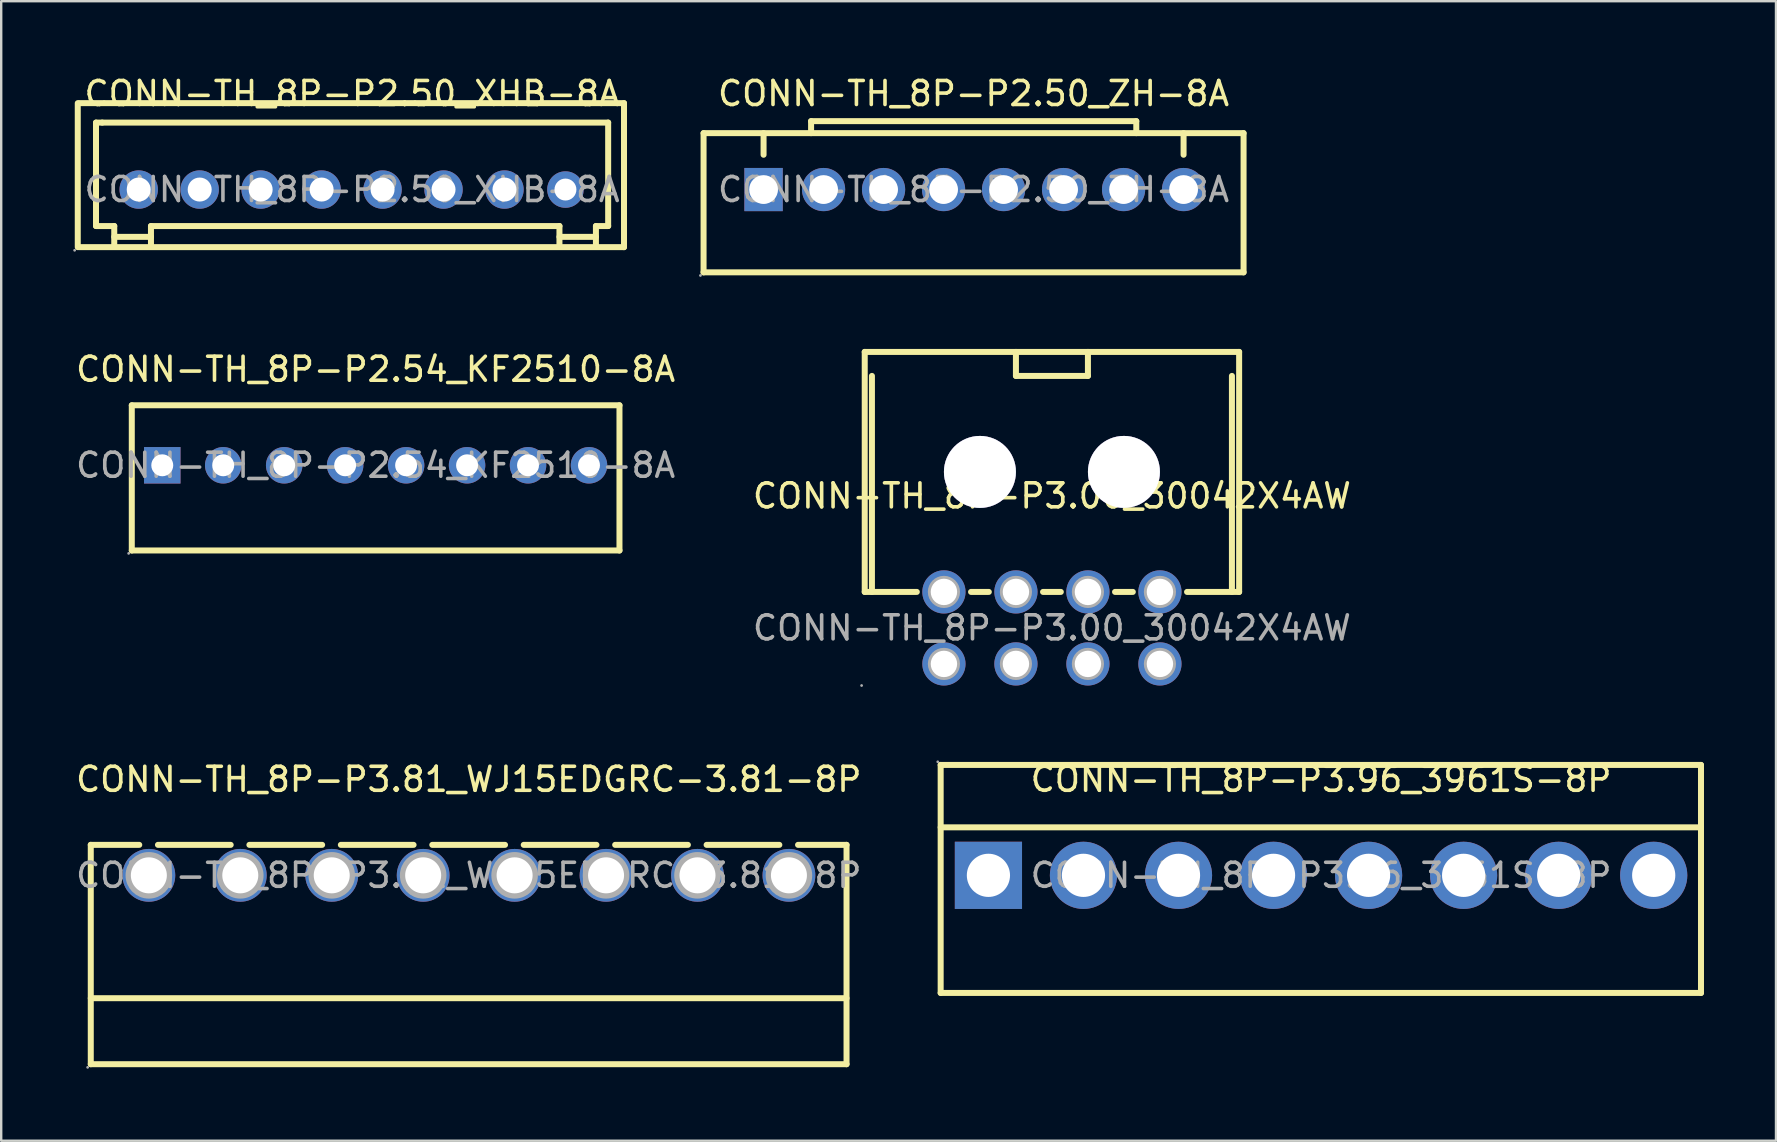
<source format=kicad_pcb>
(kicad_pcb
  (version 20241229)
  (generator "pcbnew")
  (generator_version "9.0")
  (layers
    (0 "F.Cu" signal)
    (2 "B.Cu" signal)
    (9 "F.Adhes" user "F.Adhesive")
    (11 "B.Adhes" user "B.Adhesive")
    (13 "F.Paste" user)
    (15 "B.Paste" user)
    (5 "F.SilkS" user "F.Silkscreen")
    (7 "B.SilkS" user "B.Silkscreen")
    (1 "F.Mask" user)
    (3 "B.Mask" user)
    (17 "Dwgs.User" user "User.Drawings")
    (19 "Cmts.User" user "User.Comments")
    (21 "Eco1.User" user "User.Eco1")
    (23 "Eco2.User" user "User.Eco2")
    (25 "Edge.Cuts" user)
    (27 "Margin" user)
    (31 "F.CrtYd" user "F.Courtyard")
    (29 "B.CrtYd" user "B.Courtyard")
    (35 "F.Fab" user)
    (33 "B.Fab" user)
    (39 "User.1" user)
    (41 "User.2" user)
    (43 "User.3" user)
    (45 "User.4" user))
  (footprint "CONN-TH_8P-P3.00_30042X4AW"
    (layer "F.Cu")
    (at 40.78 23.113)
    (property "Reference" "CONN-TH_8P-P3.00_30042X4AW" (at 0 -5.5 0) (layer "F.SilkS") (effects (font (size 1 1) (thickness 0.15))))
    (attr through_hole)
    (fp_line (start -7.8 -11.5) (end -7.8 -1.5) (stroke (width 0.25) (type solid)) (layer "F.SilkS"))
    (fp_line (start -7.8 -11.5) (end 7.8 -11.5) (stroke (width 0.25) (type solid)) (layer "F.SilkS"))
    (fp_line (start -7.8 -1.5) (end -5.63 -1.5) (stroke (width 0.25) (type solid)) (layer "F.SilkS"))
    (fp_line (start -7.5 -1.5) (end -7.5 -10.5) (stroke (width 0.25) (type solid)) (layer "F.SilkS"))
    (fp_line (start -3.37 -1.5) (end -2.63 -1.5) (stroke (width 0.25) (type solid)) (layer "F.SilkS"))
    (fp_line (start -1.5 -11.5) (end -1.5 -10.5) (stroke (width 0.25) (type solid)) (layer "F.SilkS"))
    (fp_line (start -1.5 -10.5) (end 1.5 -10.5) (stroke (width 0.25) (type solid)) (layer "F.SilkS"))
    (fp_line (start -0.37 -1.5) (end 0.37 -1.5) (stroke (width 0.25) (type solid)) (layer "F.SilkS"))
    (fp_line (start 1.5 -10.5) (end 1.5 -11.5) (stroke (width 0.25) (type solid)) (layer "F.SilkS"))
    (fp_line (start 2.63 -1.5) (end 3.37 -1.5) (stroke (width 0.25) (type solid)) (layer "F.SilkS"))
    (fp_line (start 5.63 -1.5) (end 7.8 -1.5) (stroke (width 0.25) (type solid)) (layer "F.SilkS"))
    (fp_line (start 7.5 -1.5) (end 7.5 -10.5) (stroke (width 0.25) (type solid)) (layer "F.SilkS"))
    (fp_line (start 7.8 -11.5) (end 7.8 -1.5) (stroke (width 0.25) (type solid)) (layer "F.SilkS"))
    (fp_circle (center -7.93 2.4) (end -7.9 2.4) (stroke (width 0.06) (type solid)) (fill no) (layer "F.Fab"))
    (fp_circle (center -4.5 -1.5) (end -4.28 -1.5) (stroke (width 0.45) (type solid)) (fill no) (layer "F.Fab"))
    (fp_circle (center -4.5 1.5) (end -4.28 1.5) (stroke (width 0.45) (type solid)) (fill no) (layer "F.Fab"))
    (fp_circle (center -3 -6.5) (end -2.3 -6.5) (stroke (width 1.4) (type solid)) (fill no) (layer "F.Fab"))
    (fp_circle (center -1.5 -1.5) (end -1.28 -1.5) (stroke (width 0.45) (type solid)) (fill no) (layer "F.Fab"))
    (fp_circle (center -1.5 1.5) (end -1.28 1.5) (stroke (width 0.45) (type solid)) (fill no) (layer "F.Fab"))
    (fp_circle (center 1.5 -1.5) (end 1.72 -1.5) (stroke (width 0.45) (type solid)) (fill no) (layer "F.Fab"))
    (fp_circle (center 1.5 1.5) (end 1.72 1.5) (stroke (width 0.45) (type solid)) (fill no) (layer "F.Fab"))
    (fp_circle (center 3 -6.5) (end 3.7 -6.5) (stroke (width 1.4) (type solid)) (fill no) (layer "F.Fab"))
    (fp_circle (center 4.5 -1.5) (end 4.72 -1.5) (stroke (width 0.45) (type solid)) (fill no) (layer "F.Fab"))
    (fp_circle (center 4.5 1.5) (end 4.72 1.5) (stroke (width 0.45) (type solid)) (fill no) (layer "F.Fab"))
    (fp_text user "${REFERENCE}" (at 0 0 0) (layer "F.Fab") (effects (font (size 1 1) (thickness 0.15))))
    (pad "" thru_hole circle (at -3 -6.5) (size 3 3) (drill 3) (layers "*.Cu" "*.Mask"))
    (pad "" thru_hole circle (at 3 -6.5) (size 3 3) (drill 3) (layers "*.Cu" "*.Mask"))
    (pad "1" thru_hole circle (at -4.5 1.5) (size 1.8 1.8) (drill 1.1) (layers "*.Cu" "*.Paste" "*.Mask"))
    (pad "2" thru_hole circle (at -4.5 -1.5) (size 1.8 1.8) (drill 1.1) (layers "*.Cu" "*.Paste" "*.Mask"))
    (pad "3" thru_hole circle (at -1.5 1.5) (size 1.8 1.8) (drill 1.1) (layers "*.Cu" "*.Paste" "*.Mask"))
    (pad "4" thru_hole circle (at -1.5 -1.5) (size 1.8 1.8) (drill 1.1) (layers "*.Cu" "*.Paste" "*.Mask"))
    (pad "5" thru_hole circle (at 1.5 1.5) (size 1.8 1.8) (drill 1.1) (layers "*.Cu" "*.Paste" "*.Mask"))
    (pad "6" thru_hole circle (at 1.5 -1.5) (size 1.8 1.8) (drill 1.1) (layers "*.Cu" "*.Paste" "*.Mask"))
    (pad "7" thru_hole circle (at 4.5 1.5) (size 1.8 1.8) (drill 1.1) (layers "*.Cu" "*.Paste" "*.Mask"))
    (pad "8" thru_hole circle (at 4.5 -1.5) (size 1.8 1.8) (drill 1.1) (layers "*.Cu" "*.Paste" "*.Mask")))
  (footprint "CONN-TH_8P-P2.50_XHB-8A"
    (layer "F.Cu")
    (at 11.62 4.848)
    (property "Reference" "CONN-TH_8P-P2.50_XHB-8A" (at 0 -4 0) (layer "F.SilkS") (effects (font (size 1 1) (thickness 0.15))))
    (attr through_hole)
    (fp_line (start -11.43 -3.6) (end -11.43 2.4) (stroke (width 0.25) (type solid)) (layer "F.SilkS"))
    (fp_line (start -11.37 -3.6) (end 11.33 -3.6) (stroke (width 0.25) (type solid)) (layer "F.SilkS"))
    (fp_line (start -11.37 2.4) (end 11.33 2.4) (stroke (width 0.25) (type solid)) (layer "F.SilkS"))
    (fp_line (start -10.67 -2.79) (end -10.41 -2.79) (stroke (width 0.25) (type solid)) (layer "F.SilkS"))
    (fp_line (start -10.67 1.52) (end -10.67 -2.79) (stroke (width 0.25) (type solid)) (layer "F.SilkS"))
    (fp_line (start -10.67 1.52) (end -9.91 1.52) (stroke (width 0.25) (type solid)) (layer "F.SilkS"))
    (fp_line (start -10.41 -2.79) (end 10.67 -2.79) (stroke (width 0.25) (type solid)) (layer "F.SilkS"))
    (fp_line (start -9.91 1.52) (end -9.91 2.29) (stroke (width 0.25) (type solid)) (layer "F.SilkS"))
    (fp_line (start -9.91 1.97) (end -8.38 1.97) (stroke (width 0.25) (type solid)) (layer "F.SilkS"))
    (fp_line (start -8.38 1.52) (end -8.38 2.29) (stroke (width 0.25) (type solid)) (layer "F.SilkS"))
    (fp_line (start -8.38 1.52) (end 8.64 1.52) (stroke (width 0.25) (type solid)) (layer "F.SilkS"))
    (fp_line (start 8.64 1.52) (end 8.64 2.29) (stroke (width 0.25) (type solid)) (layer "F.SilkS"))
    (fp_line (start 8.64 1.97) (end 10.16 1.97) (stroke (width 0.25) (type solid)) (layer "F.SilkS"))
    (fp_line (start 10.16 1.52) (end 10.16 2.29) (stroke (width 0.25) (type solid)) (layer "F.SilkS"))
    (fp_line (start 10.16 1.52) (end 10.67 1.52) (stroke (width 0.25) (type solid)) (layer "F.SilkS"))
    (fp_line (start 10.67 -2.79) (end 10.67 1.52) (stroke (width 0.25) (type solid)) (layer "F.SilkS"))
    (fp_line (start 11.33 -3.6) (end 11.33 2.4) (stroke (width 0.25) (type solid)) (layer "F.SilkS"))
    (fp_circle (center -11.56 2.53) (end -11.53 2.53) (stroke (width 0.06) (type solid)) (fill no) (layer "F.Fab"))
    (fp_circle (center -8.89 0) (end -8.69 0) (stroke (width 0.4) (type solid)) (fill no) (layer "F.Fab"))
    (fp_circle (center -6.35 0) (end -6.15 0) (stroke (width 0.4) (type solid)) (fill no) (layer "F.Fab"))
    (fp_circle (center -3.81 0) (end -3.61 0) (stroke (width 0.4) (type solid)) (fill no) (layer "F.Fab"))
    (fp_circle (center -1.27 0) (end -1.07 0) (stroke (width 0.4) (type solid)) (fill no) (layer "F.Fab"))
    (fp_circle (center 1.27 0) (end 1.47 0) (stroke (width 0.4) (type solid)) (fill no) (layer "F.Fab"))
    (fp_circle (center 3.81 0) (end 4.01 0) (stroke (width 0.4) (type solid)) (fill no) (layer "F.Fab"))
    (fp_circle (center 6.35 0) (end 6.55 0) (stroke (width 0.4) (type solid)) (fill no) (layer "F.Fab"))
    (fp_circle (center 8.89 0) (end 9.07 0) (stroke (width 0.36) (type solid)) (fill no) (layer "F.Fab"))
    (fp_text user "${REFERENCE}" (at 0 0 0) (layer "F.Fab") (effects (font (size 1 1) (thickness 0.15))))
    (pad "1" thru_hole circle (at -8.89 0) (size 1.6 1.6) (drill 1) (layers "*.Cu" "*.Paste" "*.Mask"))
    (pad "2" thru_hole circle (at -6.35 0) (size 1.6 1.6) (drill 1) (layers "*.Cu" "*.Paste" "*.Mask"))
    (pad "3" thru_hole circle (at -3.81 0) (size 1.6 1.6) (drill 1) (layers "*.Cu" "*.Paste" "*.Mask"))
    (pad "4" thru_hole circle (at -1.27 0) (size 1.6 1.6) (drill 1) (layers "*.Cu" "*.Paste" "*.Mask"))
    (pad "5" thru_hole circle (at 1.27 0) (size 1.6 1.6) (drill 1) (layers "*.Cu" "*.Paste" "*.Mask"))
    (pad "6" thru_hole circle (at 3.81 0) (size 1.6 1.6) (drill 1) (layers "*.Cu" "*.Paste" "*.Mask"))
    (pad "7" thru_hole circle (at 6.35 0) (size 1.6 1.6) (drill 1) (layers "*.Cu" "*.Paste" "*.Mask"))
    (pad "8" thru_hole circle (at 8.89 0) (size 1.52 1.52) (drill 0.914) (layers "*.Cu" "*.Paste" "*.Mask")))
  (footprint "CONN-TH_8P-P2.54_KF2510-8A"
    (layer "F.Cu")
    (at 12.601 16.337)
    (property "Reference" "CONN-TH_8P-P2.54_KF2510-8A" (at 0 -4 0) (layer "F.SilkS") (effects (font (size 1 1) (thickness 0.15))))
    (attr through_hole)
    (fp_line (start -10.16 -2.5) (end -10.16 3.55) (stroke (width 0.25) (type solid)) (layer "F.SilkS"))
    (fp_line (start -10.16 3.55) (end 10.16 3.55) (stroke (width 0.25) (type solid)) (layer "F.SilkS"))
    (fp_line (start 10.16 -2.5) (end -10.16 -2.5) (stroke (width 0.25) (type solid)) (layer "F.SilkS"))
    (fp_line (start 10.16 -2.5) (end 10.16 3.55) (stroke (width 0.25) (type solid)) (layer "F.SilkS"))
    (fp_circle (center -10.29 3.67) (end -10.26 3.67) (stroke (width 0.06) (type solid)) (fill no) (layer "F.Fab"))
    (fp_circle (center -8.89 0) (end -8.71 0) (stroke (width 0.36) (type solid)) (fill no) (layer "F.Fab"))
    (fp_circle (center -6.35 0) (end -6.17 0) (stroke (width 0.36) (type solid)) (fill no) (layer "F.Fab"))
    (fp_circle (center -3.81 0) (end -3.63 0) (stroke (width 0.36) (type solid)) (fill no) (layer "F.Fab"))
    (fp_circle (center -1.27 0) (end -1.09 0) (stroke (width 0.36) (type solid)) (fill no) (layer "F.Fab"))
    (fp_circle (center 1.27 0) (end 1.45 0) (stroke (width 0.36) (type solid)) (fill no) (layer "F.Fab"))
    (fp_circle (center 3.81 0) (end 3.99 0) (stroke (width 0.36) (type solid)) (fill no) (layer "F.Fab"))
    (fp_circle (center 6.35 0) (end 6.53 0) (stroke (width 0.36) (type solid)) (fill no) (layer "F.Fab"))
    (fp_circle (center 8.89 0) (end 9.07 0) (stroke (width 0.36) (type solid)) (fill no) (layer "F.Fab"))
    (fp_text user "${REFERENCE}" (at 0 0 0) (layer "F.Fab") (effects (font (size 1 1) (thickness 0.15))))
    (pad "1" thru_hole rect (at -8.89 0 90) (size 1.52 1.52) (drill 0.914) (layers "*.Cu" "*.Paste" "*.Mask"))
    (pad "2" thru_hole circle (at -6.35 0 90) (size 1.52 1.52) (drill 0.914) (layers "*.Cu" "*.Paste" "*.Mask"))
    (pad "3" thru_hole circle (at -3.81 0 90) (size 1.52 1.52) (drill 0.914) (layers "*.Cu" "*.Paste" "*.Mask"))
    (pad "4" thru_hole circle (at -1.27 0 90) (size 1.52 1.52) (drill 0.914) (layers "*.Cu" "*.Paste" "*.Mask"))
    (pad "5" thru_hole circle (at 1.27 0 90) (size 1.52 1.52) (drill 0.914) (layers "*.Cu" "*.Paste" "*.Mask"))
    (pad "6" thru_hole circle (at 3.81 0 90) (size 1.52 1.52) (drill 0.914) (layers "*.Cu" "*.Paste" "*.Mask"))
    (pad "7" thru_hole circle (at 6.35 0 90) (size 1.52 1.52) (drill 0.914) (layers "*.Cu" "*.Paste" "*.Mask"))
    (pad "8" thru_hole circle (at 8.89 0 90) (size 1.52 1.52) (drill 0.914) (layers "*.Cu" "*.Paste" "*.Mask")))
  (footprint "CONN-TH_8P-P3.81_WJ15EDGRC-3.81-8P"
    (layer "F.Cu")
    (at 16.482 33.422)
    (property "Reference" "CONN-TH_8P-P3.81_WJ15EDGRC-3.81-8P" (at 0 -4 0) (layer "F.SilkS") (effects (font (size 1 1) (thickness 0.15))))
    (attr through_hole)
    (fp_line (start -15.75 -1.27) (end -15.75 7.87) (stroke (width 0.25) (type solid)) (layer "F.SilkS"))
    (fp_line (start -15.75 5.12) (end 15.74 5.12) (stroke (width 0.25) (type solid)) (layer "F.SilkS"))
    (fp_line (start -15.75 7.87) (end 15.74 7.87) (stroke (width 0.25) (type solid)) (layer "F.SilkS"))
    (fp_line (start -13.73 -1.27) (end -15.75 -1.27) (stroke (width 0.25) (type solid)) (layer "F.SilkS"))
    (fp_line (start -9.92 -1.27) (end -12.95 -1.27) (stroke (width 0.25) (type solid)) (layer "F.SilkS"))
    (fp_line (start -6.11 -1.27) (end -9.14 -1.27) (stroke (width 0.25) (type solid)) (layer "F.SilkS"))
    (fp_line (start -2.3 -1.27) (end -5.33 -1.27) (stroke (width 0.25) (type solid)) (layer "F.SilkS"))
    (fp_line (start 1.51 -1.27) (end -1.52 -1.27) (stroke (width 0.25) (type solid)) (layer "F.SilkS"))
    (fp_line (start 5.32 -1.27) (end 2.29 -1.27) (stroke (width 0.25) (type solid)) (layer "F.SilkS"))
    (fp_line (start 9.13 -1.27) (end 6.1 -1.27) (stroke (width 0.25) (type solid)) (layer "F.SilkS"))
    (fp_line (start 12.94 -1.27) (end 9.91 -1.27) (stroke (width 0.25) (type solid)) (layer "F.SilkS"))
    (fp_line (start 15.74 -1.27) (end 13.72 -1.27) (stroke (width 0.25) (type solid)) (layer "F.SilkS"))
    (fp_line (start 15.74 -1.27) (end 15.74 7.87) (stroke (width 0.25) (type solid)) (layer "F.SilkS"))
    (fp_circle (center -15.88 8) (end -15.85 8) (stroke (width 0.06) (type solid)) (fill no) (layer "F.Fab"))
    (fp_circle (center -13.33 0) (end -13.01 0) (stroke (width 0.65) (type solid)) (fill no) (layer "F.Fab"))
    (fp_circle (center -9.52 0) (end -9.2 0) (stroke (width 0.65) (type solid)) (fill no) (layer "F.Fab"))
    (fp_circle (center -5.71 0) (end -5.39 0) (stroke (width 0.65) (type solid)) (fill no) (layer "F.Fab"))
    (fp_circle (center -1.9 0) (end -1.58 0) (stroke (width 0.65) (type solid)) (fill no) (layer "F.Fab"))
    (fp_circle (center 1.91 0) (end 2.23 0) (stroke (width 0.65) (type solid)) (fill no) (layer "F.Fab"))
    (fp_circle (center 5.72 0) (end 6.04 0) (stroke (width 0.65) (type solid)) (fill no) (layer "F.Fab"))
    (fp_circle (center 9.53 0) (end 9.85 0) (stroke (width 0.65) (type solid)) (fill no) (layer "F.Fab"))
    (fp_circle (center 13.34 0) (end 13.66 0) (stroke (width 0.65) (type solid)) (fill no) (layer "F.Fab"))
    (fp_text user "${REFERENCE}" (at 0 0 0) (layer "F.Fab") (effects (font (size 1 1) (thickness 0.15))))
    (pad "1" thru_hole circle (at -13.33 0) (size 2.2 2.2) (drill 1.5) (layers "*.Cu" "*.Paste" "*.Mask"))
    (pad "2" thru_hole circle (at -9.52 0) (size 2.2 2.2) (drill 1.5) (layers "*.Cu" "*.Paste" "*.Mask"))
    (pad "3" thru_hole circle (at -5.71 0) (size 2.2 2.2) (drill 1.5) (layers "*.Cu" "*.Paste" "*.Mask"))
    (pad "4" thru_hole circle (at -1.9 0) (size 2.2 2.2) (drill 1.5) (layers "*.Cu" "*.Paste" "*.Mask"))
    (pad "5" thru_hole circle (at 1.91 0) (size 2.2 2.2) (drill 1.5) (layers "*.Cu" "*.Paste" "*.Mask"))
    (pad "6" thru_hole circle (at 5.72 0) (size 2.2 2.2) (drill 1.5) (layers "*.Cu" "*.Paste" "*.Mask"))
    (pad "7" thru_hole circle (at 9.53 0) (size 2.2 2.2) (drill 1.5) (layers "*.Cu" "*.Paste" "*.Mask"))
    (pad "8" thru_hole circle (at 13.34 0) (size 2.2 2.2) (drill 1.5) (layers "*.Cu" "*.Paste" "*.Mask")))
  (footprint "CONN-TH_8P-P3.96_3961S-8P"
    (layer "F.Cu")
    (at 51.994 33.422)
    (property "Reference" "CONN-TH_8P-P3.96_3961S-8P" (at 0 -4 0) (layer "F.SilkS") (effects (font (size 1 1) (thickness 0.15))))
    (attr through_hole)
    (fp_line (start -15.85 -4.6) (end 15.83 -4.6) (stroke (width 0.25) (type solid)) (layer "F.SilkS"))
    (fp_line (start -15.85 -2) (end 15.83 -2) (stroke (width 0.25) (type solid)) (layer "F.SilkS"))
    (fp_line (start -15.85 4.9) (end -15.85 -4.6) (stroke (width 0.25) (type solid)) (layer "F.SilkS"))
    (fp_line (start -15.85 4.9) (end 15.83 4.9) (stroke (width 0.25) (type solid)) (layer "F.SilkS"))
    (fp_line (start 15.83 -4.6) (end 15.83 4.9) (stroke (width 0.25) (type solid)) (layer "F.SilkS"))
    (fp_circle (center -15.97 -4.73) (end -15.94 -4.73) (stroke (width 0.06) (type solid)) (fill no) (layer "F.Fab"))
    (fp_circle (center -13.86 0) (end -13.46 0) (stroke (width 0.8) (type solid)) (fill no) (layer "F.Fab"))
    (fp_circle (center -9.9 0) (end -9.5 0) (stroke (width 0.8) (type solid)) (fill no) (layer "F.Fab"))
    (fp_circle (center -5.94 0) (end -5.54 0) (stroke (width 0.8) (type solid)) (fill no) (layer "F.Fab"))
    (fp_circle (center -1.98 0) (end -1.58 0) (stroke (width 0.8) (type solid)) (fill no) (layer "F.Fab"))
    (fp_circle (center 1.98 0) (end 2.38 0) (stroke (width 0.8) (type solid)) (fill no) (layer "F.Fab"))
    (fp_circle (center 5.94 0) (end 6.34 0) (stroke (width 0.8) (type solid)) (fill no) (layer "F.Fab"))
    (fp_circle (center 9.9 0) (end 10.3 0) (stroke (width 0.8) (type solid)) (fill no) (layer "F.Fab"))
    (fp_circle (center 13.86 0) (end 14.26 0) (stroke (width 0.8) (type solid)) (fill no) (layer "F.Fab"))
    (fp_text user "${REFERENCE}" (at 0 0 0) (layer "F.Fab") (effects (font (size 1 1) (thickness 0.15))))
    (pad "1" thru_hole rect (at -13.86 0) (size 2.8 2.8) (drill 1.8) (layers "*.Cu" "*.Paste" "*.Mask"))
    (pad "2" thru_hole circle (at -9.9 0) (size 2.8 2.8) (drill 1.8) (layers "*.Cu" "*.Paste" "*.Mask"))
    (pad "3" thru_hole circle (at -5.94 0) (size 2.8 2.8) (drill 1.8) (layers "*.Cu" "*.Paste" "*.Mask"))
    (pad "4" thru_hole circle (at -1.98 0) (size 2.8 2.8) (drill 1.8) (layers "*.Cu" "*.Paste" "*.Mask"))
    (pad "5" thru_hole circle (at 1.98 0) (size 2.8 2.8) (drill 1.8) (layers "*.Cu" "*.Paste" "*.Mask"))
    (pad "6" thru_hole circle (at 5.94 0) (size 2.8 2.8) (drill 1.8) (layers "*.Cu" "*.Paste" "*.Mask"))
    (pad "7" thru_hole circle (at 9.9 0) (size 2.8 2.8) (drill 1.8) (layers "*.Cu" "*.Paste" "*.Mask"))
    (pad "8" thru_hole circle (at 13.86 0) (size 2.8 2.8) (drill 1.8) (layers "*.Cu" "*.Paste" "*.Mask")))
  (footprint "CONN-TH_8P-P2.50_ZH-8A"
    (layer "F.Cu")
    (at 37.515 4.848)
    (property "Reference" "CONN-TH_8P-P2.50_ZH-8A" (at 0 -4 0) (layer "F.SilkS") (effects (font (size 1 1) (thickness 0.15))))
    (attr through_hole)
    (fp_line (start -11.25 3.45) (end -11.25 -2.35) (stroke (width 0.25) (type solid)) (layer "F.SilkS"))
    (fp_line (start -8.75 -1.45) (end -8.75 -2.35) (stroke (width 0.25) (type solid)) (layer "F.SilkS"))
    (fp_line (start -6.77 -2.85) (end -6.77 -2.35) (stroke (width 0.25) (type solid)) (layer "F.SilkS"))
    (fp_line (start -6.77 -2.85) (end 6.78 -2.85) (stroke (width 0.25) (type solid)) (layer "F.SilkS"))
    (fp_line (start 6.78 -2.85) (end 6.78 -2.35) (stroke (width 0.25) (type solid)) (layer "F.SilkS"))
    (fp_line (start 8.75 -1.45) (end 8.75 -2.35) (stroke (width 0.25) (type solid)) (layer "F.SilkS"))
    (fp_line (start 11.25 -2.35) (end -11.25 -2.35) (stroke (width 0.25) (type solid)) (layer "F.SilkS"))
    (fp_line (start 11.25 3.45) (end -11.25 3.45) (stroke (width 0.25) (type solid)) (layer "F.SilkS"))
    (fp_line (start 11.25 3.45) (end 11.25 -2.35) (stroke (width 0.25) (type solid)) (layer "F.SilkS"))
    (fp_circle (center -11.38 3.58) (end -11.35 3.58) (stroke (width 0.06) (type solid)) (fill no) (layer "F.Fab"))
    (fp_circle (center -8.75 0) (end -8.5 0) (stroke (width 0.5) (type solid)) (fill no) (layer "F.Fab"))
    (fp_circle (center -6.25 0) (end -6 0) (stroke (width 0.5) (type solid)) (fill no) (layer "F.Fab"))
    (fp_circle (center -3.75 0) (end -3.5 0) (stroke (width 0.5) (type solid)) (fill no) (layer "F.Fab"))
    (fp_circle (center -1.25 0) (end -1 0) (stroke (width 0.5) (type solid)) (fill no) (layer "F.Fab"))
    (fp_circle (center 1.25 0) (end 1.5 0) (stroke (width 0.5) (type solid)) (fill no) (layer "F.Fab"))
    (fp_circle (center 3.75 0) (end 4 0) (stroke (width 0.5) (type solid)) (fill no) (layer "F.Fab"))
    (fp_circle (center 6.25 0) (end 6.5 0) (stroke (width 0.5) (type solid)) (fill no) (layer "F.Fab"))
    (fp_circle (center 8.75 0) (end 9 0) (stroke (width 0.5) (type solid)) (fill no) (layer "F.Fab"))
    (fp_text user "${REFERENCE}" (at 0 0 0) (layer "F.Fab") (effects (font (size 1 1) (thickness 0.15))))
    (pad "1" thru_hole rect (at -8.75 0 180) (size 1.6 1.8) (drill 1.2) (layers "*.Cu" "*.Paste" "*.Mask"))
    (pad "2" thru_hole circle (at -6.25 0 180) (size 1.8 1.8) (drill 1.2) (layers "*.Cu" "*.Paste" "*.Mask"))
    (pad "3" thru_hole circle (at -3.75 0 180) (size 1.8 1.8) (drill 1.2) (layers "*.Cu" "*.Paste" "*.Mask"))
    (pad "4" thru_hole circle (at -1.25 0 180) (size 1.8 1.8) (drill 1.2) (layers "*.Cu" "*.Paste" "*.Mask"))
    (pad "5" thru_hole circle (at 1.25 0 180) (size 1.8 1.8) (drill 1.2) (layers "*.Cu" "*.Paste" "*.Mask"))
    (pad "6" thru_hole circle (at 3.75 0 180) (size 1.8 1.8) (drill 1.2) (layers "*.Cu" "*.Paste" "*.Mask"))
    (pad "7" thru_hole circle (at 6.25 0 180) (size 1.8 1.8) (drill 1.2) (layers "*.Cu" "*.Paste" "*.Mask"))
    (pad "8" thru_hole circle (at 8.75 0 180) (size 1.8 1.8) (drill 1.2) (layers "*.Cu" "*.Paste" "*.Mask")))
  (gr_rect
    (start -3 -3)
    (end 70.949 44.481)
    (stroke (width 0.1) (type default))
    (fill no)
    (layer "Edge.Cuts")))
</source>
